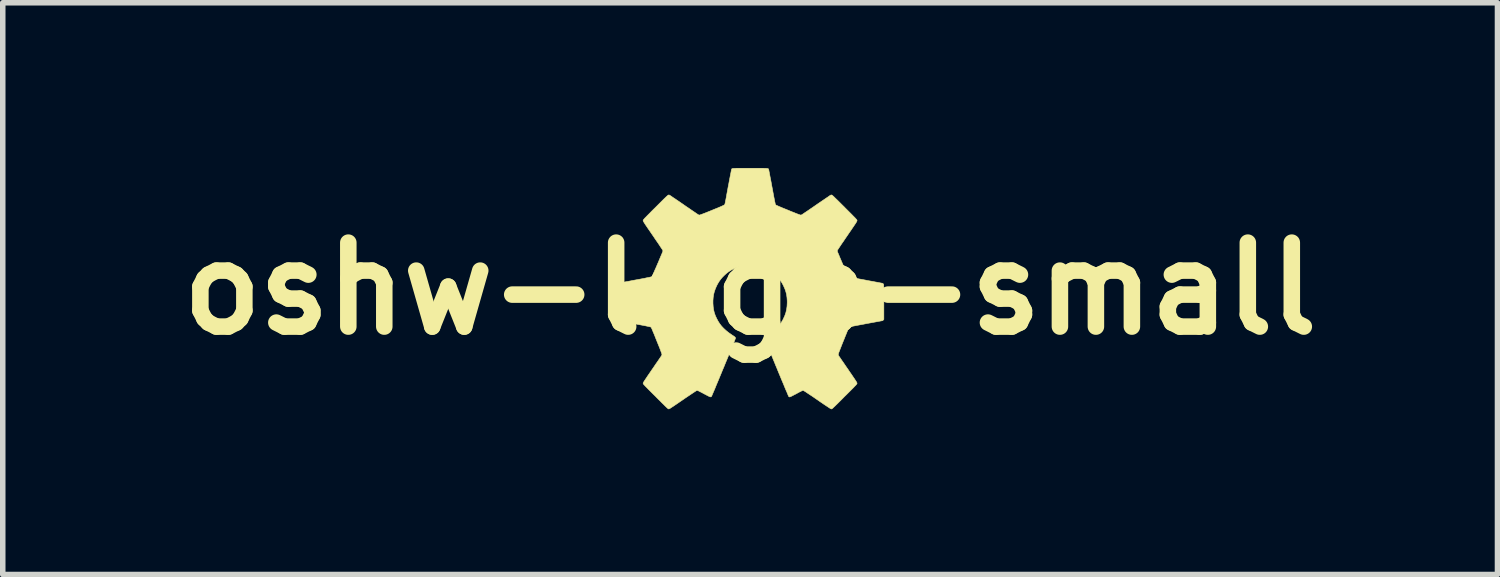
<source format=kicad_pcb>
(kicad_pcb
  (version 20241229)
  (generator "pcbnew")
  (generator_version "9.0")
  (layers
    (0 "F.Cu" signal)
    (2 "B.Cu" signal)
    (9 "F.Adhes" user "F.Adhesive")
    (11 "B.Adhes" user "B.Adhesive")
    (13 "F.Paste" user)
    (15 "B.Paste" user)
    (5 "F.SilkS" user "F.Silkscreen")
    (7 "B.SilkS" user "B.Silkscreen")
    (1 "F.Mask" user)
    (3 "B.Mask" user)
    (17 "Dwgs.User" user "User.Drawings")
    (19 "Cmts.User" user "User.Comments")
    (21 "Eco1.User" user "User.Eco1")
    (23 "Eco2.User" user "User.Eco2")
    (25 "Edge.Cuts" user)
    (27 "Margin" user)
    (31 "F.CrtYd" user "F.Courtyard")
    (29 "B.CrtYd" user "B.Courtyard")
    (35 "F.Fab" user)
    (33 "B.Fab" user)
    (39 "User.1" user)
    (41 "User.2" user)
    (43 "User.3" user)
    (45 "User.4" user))
  (footprint "oshw-logo-small"
    (layer "F.Cu")
    (at 10.566 2.189)
    (property "Reference" "oshw-logo-small" (at 0 0 0) (layer "F.SilkS") (effects (font (size 1.524 1.524) (thickness 0.3))))
    (attr through_hole)
    (fp_poly (pts (xy -0.022 -2.184) (xy 0 -2.184) (xy 0.056 -2.184) (xy 0.106 -2.184) (xy 0.149 -2.184) (xy 0.186 -2.184) (xy 0.218 -2.184) (xy 0.245 -2.184) (xy 0.267 -2.183) (xy 0.285 -2.183) (xy 0.299 -2.182) (xy 0.31 -2.181) (xy 0.319 -2.18) (xy 0.325 -2.178) (xy 0.329 -2.176) (xy 0.332 -2.174) (xy 0.334 -2.171) (xy 0.335 -2.168) (xy 0.336 -2.165) (xy 0.337 -2.164) (xy 0.338 -2.159) (xy 0.341 -2.147) (xy 0.344 -2.129) (xy 0.349 -2.106) (xy 0.354 -2.078) (xy 0.36 -2.045) (xy 0.367 -2.009) (xy 0.375 -1.969) (xy 0.383 -1.926) (xy 0.391 -1.881) (xy 0.397 -1.849) (xy 0.406 -1.803) (xy 0.414 -1.758) (xy 0.422 -1.716) (xy 0.429 -1.677) (xy 0.436 -1.642) (xy 0.442 -1.611) (xy 0.447 -1.584) (xy 0.452 -1.563) (xy 0.455 -1.547) (xy 0.457 -1.537) (xy 0.458 -1.534) (xy 0.463 -1.524) (xy 0.469 -1.517) (xy 0.474 -1.514) (xy 0.486 -1.509) (xy 0.502 -1.502) (xy 0.523 -1.492) (xy 0.548 -1.482) (xy 0.576 -1.47) (xy 0.607 -1.457) (xy 0.64 -1.444) (xy 0.674 -1.43) (xy 0.708 -1.416) (xy 0.741 -1.402) (xy 0.774 -1.389) (xy 0.805 -1.377) (xy 0.834 -1.365) (xy 0.86 -1.355) (xy 0.881 -1.347) (xy 0.899 -1.341) (xy 0.911 -1.337) (xy 0.917 -1.335) (xy 0.917 -1.335) (xy 0.928 -1.337) (xy 0.937 -1.34) (xy 0.937 -1.34) (xy 0.941 -1.342) (xy 0.951 -1.349) (xy 0.966 -1.359) (xy 0.985 -1.372) (xy 1.009 -1.388) (xy 1.036 -1.406) (xy 1.067 -1.427) (xy 1.1 -1.45) (xy 1.136 -1.474) (xy 1.173 -1.5) (xy 1.199 -1.518) (xy 1.238 -1.545) (xy 1.275 -1.57) (xy 1.31 -1.594) (xy 1.343 -1.616) (xy 1.372 -1.636) (xy 1.399 -1.654) (xy 1.421 -1.669) (xy 1.439 -1.682) (xy 1.453 -1.691) (xy 1.461 -1.696) (xy 1.463 -1.697) (xy 1.473 -1.7) (xy 1.484 -1.699) (xy 1.485 -1.698) (xy 1.489 -1.696) (xy 1.497 -1.689) (xy 1.51 -1.678) (xy 1.526 -1.663) (xy 1.546 -1.643) (xy 1.571 -1.619) (xy 1.6 -1.591) (xy 1.634 -1.557) (xy 1.672 -1.519) (xy 1.716 -1.476) (xy 1.719 -1.472) (xy 1.758 -1.433) (xy 1.792 -1.399) (xy 1.821 -1.37) (xy 1.847 -1.344) (xy 1.868 -1.322) (xy 1.886 -1.304) (xy 1.901 -1.289) (xy 1.913 -1.276) (xy 1.922 -1.266) (xy 1.929 -1.258) (xy 1.934 -1.252) (xy 1.938 -1.247) (xy 1.94 -1.244) (xy 1.941 -1.241) (xy 1.941 -1.238) (xy 1.941 -1.235) (xy 1.941 -1.235) (xy 1.941 -1.232) (xy 1.94 -1.229) (xy 1.938 -1.224) (xy 1.935 -1.218) (xy 1.931 -1.21) (xy 1.925 -1.2) (xy 1.917 -1.187) (xy 1.907 -1.172) (xy 1.894 -1.153) (xy 1.879 -1.13) (xy 1.86 -1.103) (xy 1.839 -1.071) (xy 1.814 -1.035) (xy 1.785 -0.993) (xy 1.765 -0.963) (xy 1.738 -0.924) (xy 1.713 -0.887) (xy 1.689 -0.851) (xy 1.666 -0.819) (xy 1.646 -0.789) (xy 1.628 -0.762) (xy 1.613 -0.739) (xy 1.601 -0.721) (xy 1.592 -0.707) (xy 1.586 -0.698) (xy 1.585 -0.696) (xy 1.583 -0.685) (xy 1.584 -0.676) (xy 1.586 -0.671) (xy 1.59 -0.66) (xy 1.597 -0.643) (xy 1.606 -0.622) (xy 1.617 -0.596) (xy 1.629 -0.566) (xy 1.643 -0.534) (xy 1.658 -0.498) (xy 1.674 -0.461) (xy 1.681 -0.445) (xy 1.7 -0.4) (xy 1.717 -0.362) (xy 1.731 -0.329) (xy 1.743 -0.301) (xy 1.753 -0.279) (xy 1.762 -0.26) (xy 1.768 -0.246) (xy 1.774 -0.235) (xy 1.778 -0.227) (xy 1.782 -0.222) (xy 1.785 -0.218) (xy 1.786 -0.217) (xy 1.789 -0.216) (xy 1.795 -0.214) (xy 1.804 -0.211) (xy 1.817 -0.208) (xy 1.833 -0.205) (xy 1.854 -0.2) (xy 1.88 -0.195) (xy 1.911 -0.189) (xy 1.947 -0.182) (xy 1.989 -0.174) (xy 2.037 -0.165) (xy 2.093 -0.155) (xy 2.097 -0.154) (xy 2.142 -0.145) (xy 2.186 -0.137) (xy 2.228 -0.13) (xy 2.266 -0.122) (xy 2.301 -0.116) (xy 2.332 -0.11) (xy 2.358 -0.105) (xy 2.379 -0.101) (xy 2.394 -0.098) (xy 2.403 -0.097) (xy 2.405 -0.096) (xy 2.412 -0.092) (xy 2.419 -0.084) (xy 2.42 -0.082) (xy 2.422 -0.08) (xy 2.423 -0.078) (xy 2.424 -0.074) (xy 2.424 -0.069) (xy 2.425 -0.063) (xy 2.426 -0.054) (xy 2.426 -0.042) (xy 2.427 -0.027) (xy 2.427 -0.009) (xy 2.427 0.014) (xy 2.427 0.041) (xy 2.427 0.073) (xy 2.427 0.111) (xy 2.427 0.155) (xy 2.427 0.205) (xy 2.428 0.244) (xy 2.428 0.559) (xy 2.418 0.57) (xy 2.408 0.581) (xy 2.109 0.636) (xy 2.053 0.647) (xy 2.004 0.656) (xy 1.961 0.664) (xy 1.924 0.671) (xy 1.893 0.677) (xy 1.867 0.682) (xy 1.846 0.687) (xy 1.83 0.69) (xy 1.817 0.694) (xy 1.808 0.696) (xy 1.803 0.698) (xy 1.801 0.699) (xy 1.798 0.702) (xy 1.795 0.707) (xy 1.791 0.714) (xy 1.786 0.725) (xy 1.779 0.74) (xy 1.771 0.759) (xy 1.761 0.782) (xy 1.75 0.81) (xy 1.736 0.844) (xy 1.72 0.883) (xy 1.702 0.929) (xy 1.696 0.943) (xy 1.674 0.997) (xy 1.656 1.043) (xy 1.64 1.084) (xy 1.627 1.118) (xy 1.616 1.145) (xy 1.608 1.167) (xy 1.603 1.182) (xy 1.601 1.191) (xy 1.6 1.194) (xy 1.603 1.208) (xy 1.611 1.224) (xy 1.612 1.225) (xy 1.616 1.231) (xy 1.624 1.242) (xy 1.635 1.258) (xy 1.649 1.279) (xy 1.666 1.304) (xy 1.686 1.332) (xy 1.707 1.363) (xy 1.73 1.397) (xy 1.754 1.432) (xy 1.78 1.469) (xy 1.783 1.474) (xy 1.812 1.517) (xy 1.838 1.554) (xy 1.86 1.587) (xy 1.879 1.615) (xy 1.895 1.638) (xy 1.907 1.657) (xy 1.918 1.673) (xy 1.926 1.686) (xy 1.932 1.696) (xy 1.936 1.704) (xy 1.939 1.71) (xy 1.941 1.714) (xy 1.941 1.718) (xy 1.941 1.719) (xy 1.941 1.721) (xy 1.941 1.724) (xy 1.939 1.727) (xy 1.937 1.731) (xy 1.933 1.736) (xy 1.927 1.743) (xy 1.92 1.752) (xy 1.91 1.762) (xy 1.897 1.775) (xy 1.882 1.792) (xy 1.863 1.811) (xy 1.84 1.834) (xy 1.814 1.86) (xy 1.783 1.891) (xy 1.748 1.926) (xy 1.715 1.958) (xy 1.676 1.998) (xy 1.642 2.032) (xy 1.612 2.062) (xy 1.586 2.088) (xy 1.563 2.11) (xy 1.545 2.128) (xy 1.529 2.143) (xy 1.516 2.155) (xy 1.506 2.165) (xy 1.498 2.172) (xy 1.492 2.177) (xy 1.487 2.181) (xy 1.483 2.183) (xy 1.48 2.184) (xy 1.477 2.184) (xy 1.477 2.184) (xy 1.474 2.184) (xy 1.469 2.182) (xy 1.463 2.18) (xy 1.455 2.175) (xy 1.445 2.169) (xy 1.431 2.16) (xy 1.415 2.149) (xy 1.395 2.136) (xy 1.371 2.12) (xy 1.342 2.101) (xy 1.309 2.078) (xy 1.27 2.052) (xy 1.226 2.021) (xy 1.223 2.019) (xy 1.185 1.993) (xy 1.149 1.968) (xy 1.115 1.945) (xy 1.083 1.924) (xy 1.054 1.905) (xy 1.029 1.888) (xy 1.008 1.874) (xy 0.99 1.863) (xy 0.978 1.855) (xy 0.971 1.851) (xy 0.97 1.851) (xy 0.958 1.85) (xy 0.947 1.852) (xy 0.94 1.855) (xy 0.929 1.861) (xy 0.913 1.869) (xy 0.892 1.879) (xy 0.87 1.891) (xy 0.845 1.905) (xy 0.832 1.912) (xy 0.802 1.927) (xy 0.776 1.941) (xy 0.754 1.952) (xy 0.737 1.96) (xy 0.725 1.965) (xy 0.719 1.967) (xy 0.719 1.967) (xy 0.709 1.964) (xy 0.702 1.96) (xy 0.7 1.956) (xy 0.695 1.945) (xy 0.688 1.929) (xy 0.679 1.907) (xy 0.668 1.88) (xy 0.654 1.849) (xy 0.639 1.814) (xy 0.623 1.775) (xy 0.606 1.733) (xy 0.587 1.688) (xy 0.567 1.641) (xy 0.547 1.592) (xy 0.526 1.542) (xy 0.505 1.491) (xy 0.484 1.439) (xy 0.462 1.387) (xy 0.441 1.335) (xy 0.42 1.285) (xy 0.4 1.235) (xy 0.38 1.188) (xy 0.362 1.142) (xy 0.344 1.099) (xy 0.328 1.059) (xy 0.313 1.023) (xy 0.3 0.99) (xy 0.288 0.962) (xy 0.279 0.938) (xy 0.272 0.92) (xy 0.267 0.907) (xy 0.265 0.901) (xy 0.265 0.9) (xy 0.266 0.893) (xy 0.269 0.885) (xy 0.276 0.878) (xy 0.287 0.869) (xy 0.303 0.858) (xy 0.313 0.852) (xy 0.37 0.813) (xy 0.42 0.775) (xy 0.465 0.736) (xy 0.505 0.695) (xy 0.539 0.653) (xy 0.57 0.609) (xy 0.598 0.561) (xy 0.606 0.544) (xy 0.631 0.489) (xy 0.65 0.434) (xy 0.663 0.378) (xy 0.671 0.32) (xy 0.674 0.258) (xy 0.674 0.222) (xy 0.67 0.164) (xy 0.663 0.111) (xy 0.65 0.059) (xy 0.633 0.008) (xy 0.61 -0.044) (xy 0.606 -0.053) (xy 0.58 -0.102) (xy 0.55 -0.147) (xy 0.517 -0.189) (xy 0.478 -0.231) (xy 0.464 -0.245) (xy 0.426 -0.279) (xy 0.388 -0.308) (xy 0.348 -0.333) (xy 0.305 -0.357) (xy 0.24 -0.386) (xy 0.174 -0.407) (xy 0.106 -0.422) (xy 0.039 -0.43) (xy -0.029 -0.43) (xy -0.097 -0.423) (xy -0.164 -0.41) (xy -0.23 -0.389) (xy -0.295 -0.361) (xy -0.305 -0.357) (xy -0.349 -0.333) (xy -0.389 -0.307) (xy -0.426 -0.279) (xy -0.463 -0.246) (xy -0.465 -0.244) (xy -0.503 -0.206) (xy -0.535 -0.168) (xy -0.563 -0.129) (xy -0.589 -0.086) (xy -0.608 -0.049) (xy -0.631 0.004) (xy -0.649 0.056) (xy -0.662 0.108) (xy -0.67 0.162) (xy -0.674 0.219) (xy -0.674 0.266) (xy -0.67 0.328) (xy -0.662 0.385) (xy -0.649 0.439) (xy -0.63 0.493) (xy -0.606 0.544) (xy -0.58 0.593) (xy -0.551 0.638) (xy -0.518 0.681) (xy -0.48 0.721) (xy -0.438 0.76) (xy -0.391 0.798) (xy -0.337 0.836) (xy -0.313 0.852) (xy -0.294 0.864) (xy -0.281 0.874) (xy -0.272 0.882) (xy -0.267 0.889) (xy -0.265 0.897) (xy -0.265 0.9) (xy -0.266 0.905) (xy -0.27 0.915) (xy -0.277 0.932) (xy -0.285 0.954) (xy -0.296 0.98) (xy -0.309 1.012) (xy -0.323 1.047) (xy -0.339 1.086) (xy -0.356 1.128) (xy -0.374 1.173) (xy -0.393 1.22) (xy -0.413 1.269) (xy -0.434 1.319) (xy -0.455 1.37) (xy -0.476 1.422) (xy -0.498 1.473) (xy -0.519 1.525) (xy -0.54 1.575) (xy -0.56 1.624) (xy -0.58 1.672) (xy -0.599 1.717) (xy -0.617 1.76) (xy -0.633 1.8) (xy -0.648 1.836) (xy -0.662 1.868) (xy -0.674 1.896) (xy -0.684 1.919) (xy -0.691 1.937) (xy -0.697 1.949) (xy -0.7 1.955) (xy -0.7 1.956) (xy -0.704 1.961) (xy -0.708 1.964) (xy -0.713 1.965) (xy -0.72 1.965) (xy -0.729 1.963) (xy -0.742 1.958) (xy -0.758 1.95) (xy -0.778 1.94) (xy -0.804 1.926) (xy -0.831 1.912) (xy -0.857 1.898) (xy -0.881 1.885) (xy -0.903 1.874) (xy -0.921 1.865) (xy -0.935 1.858) (xy -0.944 1.853) (xy -0.947 1.852) (xy -0.96 1.85) (xy -0.97 1.851) (xy -0.975 1.853) (xy -0.985 1.859) (xy -1 1.869) (xy -1.02 1.882) (xy -1.044 1.898) (xy -1.071 1.916) (xy -1.102 1.937) (xy -1.135 1.959) (xy -1.171 1.983) (xy -1.208 2.009) (xy -1.223 2.019) (xy -1.267 2.049) (xy -1.306 2.076) (xy -1.34 2.099) (xy -1.368 2.118) (xy -1.393 2.135) (xy -1.413 2.148) (xy -1.43 2.159) (xy -1.444 2.168) (xy -1.454 2.175) (xy -1.463 2.179) (xy -1.469 2.182) (xy -1.473 2.184) (xy -1.476 2.184) (xy -1.477 2.184) (xy -1.479 2.184) (xy -1.482 2.183) (xy -1.485 2.182) (xy -1.49 2.179) (xy -1.496 2.174) (xy -1.503 2.168) (xy -1.513 2.159) (xy -1.524 2.148) (xy -1.539 2.134) (xy -1.556 2.117) (xy -1.577 2.096) (xy -1.602 2.072) (xy -1.63 2.043) (xy -1.663 2.011) (xy -1.701 1.973) (xy -1.715 1.958) (xy -1.755 1.919) (xy -1.789 1.885) (xy -1.819 1.855) (xy -1.845 1.829) (xy -1.866 1.807) (xy -1.885 1.788) (xy -1.9 1.773) (xy -1.912 1.76) (xy -1.921 1.75) (xy -1.929 1.742) (xy -1.934 1.735) (xy -1.937 1.73) (xy -1.94 1.726) (xy -1.941 1.723) (xy -1.941 1.721) (xy -1.941 1.719) (xy -1.941 1.716) (xy -1.94 1.712) (xy -1.937 1.706) (xy -1.934 1.699) (xy -1.928 1.69) (xy -1.921 1.678) (xy -1.911 1.663) (xy -1.899 1.645) (xy -1.884 1.623) (xy -1.867 1.597) (xy -1.846 1.566) (xy -1.821 1.53) (xy -1.793 1.489) (xy -1.783 1.474) (xy -1.757 1.437) (xy -1.733 1.401) (xy -1.71 1.367) (xy -1.688 1.336) (xy -1.668 1.307) (xy -1.651 1.282) (xy -1.637 1.261) (xy -1.625 1.244) (xy -1.617 1.232) (xy -1.613 1.226) (xy -1.612 1.225) (xy -1.603 1.209) (xy -1.6 1.195) (xy -1.6 1.194) (xy -1.601 1.188) (xy -1.605 1.176) (xy -1.611 1.159) (xy -1.62 1.135) (xy -1.631 1.105) (xy -1.645 1.069) (xy -1.662 1.027) (xy -1.682 0.978) (xy -1.696 0.943) (xy -1.715 0.896) (xy -1.731 0.855) (xy -1.745 0.82) (xy -1.758 0.791) (xy -1.768 0.766) (xy -1.776 0.746) (xy -1.783 0.73) (xy -1.789 0.718) (xy -1.794 0.709) (xy -1.797 0.703) (xy -1.8 0.7) (xy -1.801 0.699) (xy -1.804 0.697) (xy -1.81 0.695) (xy -1.819 0.693) (xy -1.832 0.69) (xy -1.849 0.686) (xy -1.87 0.682) (xy -1.896 0.676) (xy -1.928 0.67) (xy -1.965 0.663) (xy -2.008 0.655) (xy -2.057 0.646) (xy -2.109 0.636) (xy -2.408 0.581) (xy -2.418 0.57) (xy -2.428 0.559) (xy -2.428 0.244) (xy -2.427 0.189) (xy -2.427 0.141) (xy -2.427 0.099) (xy -2.427 0.063) (xy -2.427 0.032) (xy -2.427 0.006) (xy -2.427 -0.015) (xy -2.426 -0.032) (xy -2.426 -0.046) (xy -2.426 -0.057) (xy -2.425 -0.065) (xy -2.424 -0.071) (xy -2.423 -0.075) (xy -2.422 -0.078) (xy -2.421 -0.081) (xy -2.42 -0.082) (xy -2.413 -0.091) (xy -2.406 -0.096) (xy -2.405 -0.096) (xy -2.4 -0.097) (xy -2.389 -0.099) (xy -2.371 -0.103) (xy -2.348 -0.107) (xy -2.321 -0.112) (xy -2.288 -0.118) (xy -2.252 -0.125) (xy -2.212 -0.132) (xy -2.17 -0.14) (xy -2.125 -0.149) (xy -2.097 -0.154) (xy -2.041 -0.164) (xy -1.992 -0.173) (xy -1.95 -0.181) (xy -1.913 -0.188) (xy -1.882 -0.195) (xy -1.856 -0.2) (xy -1.835 -0.204) (xy -1.818 -0.208) (xy -1.805 -0.211) (xy -1.796 -0.213) (xy -1.79 -0.215) (xy -1.786 -0.217) (xy -1.786 -0.217) (xy -1.783 -0.22) (xy -1.78 -0.224) (xy -1.776 -0.23) (xy -1.771 -0.24) (xy -1.765 -0.252) (xy -1.758 -0.268) (xy -1.749 -0.289) (xy -1.738 -0.314) (xy -1.725 -0.344) (xy -1.709 -0.379) (xy -1.691 -0.421) (xy -1.681 -0.445) (xy -1.664 -0.483) (xy -1.649 -0.52) (xy -1.635 -0.553) (xy -1.622 -0.584) (xy -1.61 -0.612) (xy -1.6 -0.635) (xy -1.593 -0.654) (xy -1.587 -0.667) (xy -1.584 -0.675) (xy -1.584 -0.676) (xy -1.583 -0.687) (xy -1.585 -0.696) (xy -1.588 -0.701) (xy -1.594 -0.711) (xy -1.604 -0.726) (xy -1.617 -0.745) (xy -1.633 -0.769) (xy -1.651 -0.797) (xy -1.672 -0.828) (xy -1.695 -0.861) (xy -1.72 -0.897) (xy -1.745 -0.935) (xy -1.765 -0.964) (xy -1.796 -1.009) (xy -1.823 -1.049) (xy -1.847 -1.083) (xy -1.867 -1.113) (xy -1.885 -1.139) (xy -1.899 -1.16) (xy -1.911 -1.178) (xy -1.92 -1.193) (xy -1.927 -1.204) (xy -1.933 -1.213) (xy -1.937 -1.221) (xy -1.939 -1.226) (xy -1.941 -1.23) (xy -1.941 -1.234) (xy -1.941 -1.235) (xy -1.941 -1.238) (xy -1.941 -1.241) (xy -1.94 -1.244) (xy -1.938 -1.247) (xy -1.934 -1.252) (xy -1.929 -1.258) (xy -1.922 -1.266) (xy -1.913 -1.277) (xy -1.901 -1.289) (xy -1.886 -1.304) (xy -1.868 -1.323) (xy -1.847 -1.344) (xy -1.821 -1.37) (xy -1.792 -1.4) (xy -1.758 -1.434) (xy -1.719 -1.472) (xy -1.675 -1.516) (xy -1.636 -1.555) (xy -1.602 -1.589) (xy -1.573 -1.618) (xy -1.548 -1.642) (xy -1.527 -1.662) (xy -1.511 -1.677) (xy -1.498 -1.688) (xy -1.49 -1.695) (xy -1.485 -1.698) (xy -1.485 -1.698) (xy -1.474 -1.7) (xy -1.464 -1.698) (xy -1.463 -1.697) (xy -1.458 -1.694) (xy -1.448 -1.688) (xy -1.433 -1.678) (xy -1.413 -1.664) (xy -1.39 -1.648) (xy -1.362 -1.63) (xy -1.332 -1.609) (xy -1.299 -1.587) (xy -1.264 -1.563) (xy -1.228 -1.538) (xy -1.222 -1.534) (xy -1.185 -1.508) (xy -1.149 -1.483) (xy -1.114 -1.46) (xy -1.081 -1.437) (xy -1.052 -1.417) (xy -1.025 -1.399) (xy -1.002 -1.383) (xy -0.984 -1.371) (xy -0.971 -1.361) (xy -0.963 -1.356) (xy -0.962 -1.356) (xy -0.947 -1.346) (xy -0.935 -1.339) (xy -0.926 -1.336) (xy -0.918 -1.335) (xy -0.912 -1.337) (xy -0.9 -1.341) (xy -0.883 -1.347) (xy -0.861 -1.355) (xy -0.835 -1.365) (xy -0.806 -1.376) (xy -0.774 -1.389) (xy -0.741 -1.402) (xy -0.707 -1.416) (xy -0.673 -1.43) (xy -0.639 -1.444) (xy -0.606 -1.457) (xy -0.575 -1.47) (xy -0.547 -1.482) (xy -0.521 -1.493) (xy -0.5 -1.503) (xy -0.484 -1.511) (xy -0.472 -1.516) (xy -0.467 -1.519) (xy -0.466 -1.521) (xy -0.464 -1.522) (xy -0.463 -1.523) (xy -0.461 -1.525) (xy -0.46 -1.528) (xy -0.458 -1.532) (xy -0.457 -1.539) (xy -0.454 -1.547) (xy -0.452 -1.558) (xy -0.449 -1.572) (xy -0.446 -1.59) (xy -0.441 -1.612) (xy -0.436 -1.639) (xy -0.43 -1.67) (xy -0.424 -1.706) (xy -0.416 -1.749) (xy -0.407 -1.798) (xy -0.397 -1.853) (xy -0.396 -1.858) (xy -0.387 -1.903) (xy -0.379 -1.947) (xy -0.371 -1.988) (xy -0.364 -2.026) (xy -0.357 -2.061) (xy -0.351 -2.092) (xy -0.346 -2.117) (xy -0.342 -2.138) (xy -0.339 -2.153) (xy -0.337 -2.162) (xy -0.337 -2.164) (xy -0.336 -2.167) (xy -0.334 -2.17) (xy -0.333 -2.173) (xy -0.33 -2.175) (xy -0.327 -2.177) (xy -0.321 -2.179) (xy -0.314 -2.18) (xy -0.304 -2.182) (xy -0.291 -2.182) (xy -0.274 -2.183) (xy -0.254 -2.184) (xy -0.229 -2.184) (xy -0.199 -2.184) (xy -0.164 -2.184) (xy -0.123 -2.184) (xy -0.076 -2.184) (xy -0.022 -2.184)) (stroke (width 0.01) (type solid)) (fill yes) (layer "F.SilkS")))
  (gr_rect
    (start -3 -3)
    (end 24.133 7.379)
    (stroke (width 0.1) (type default))
    (fill no)
    (layer "Edge.Cuts")))
</source>
